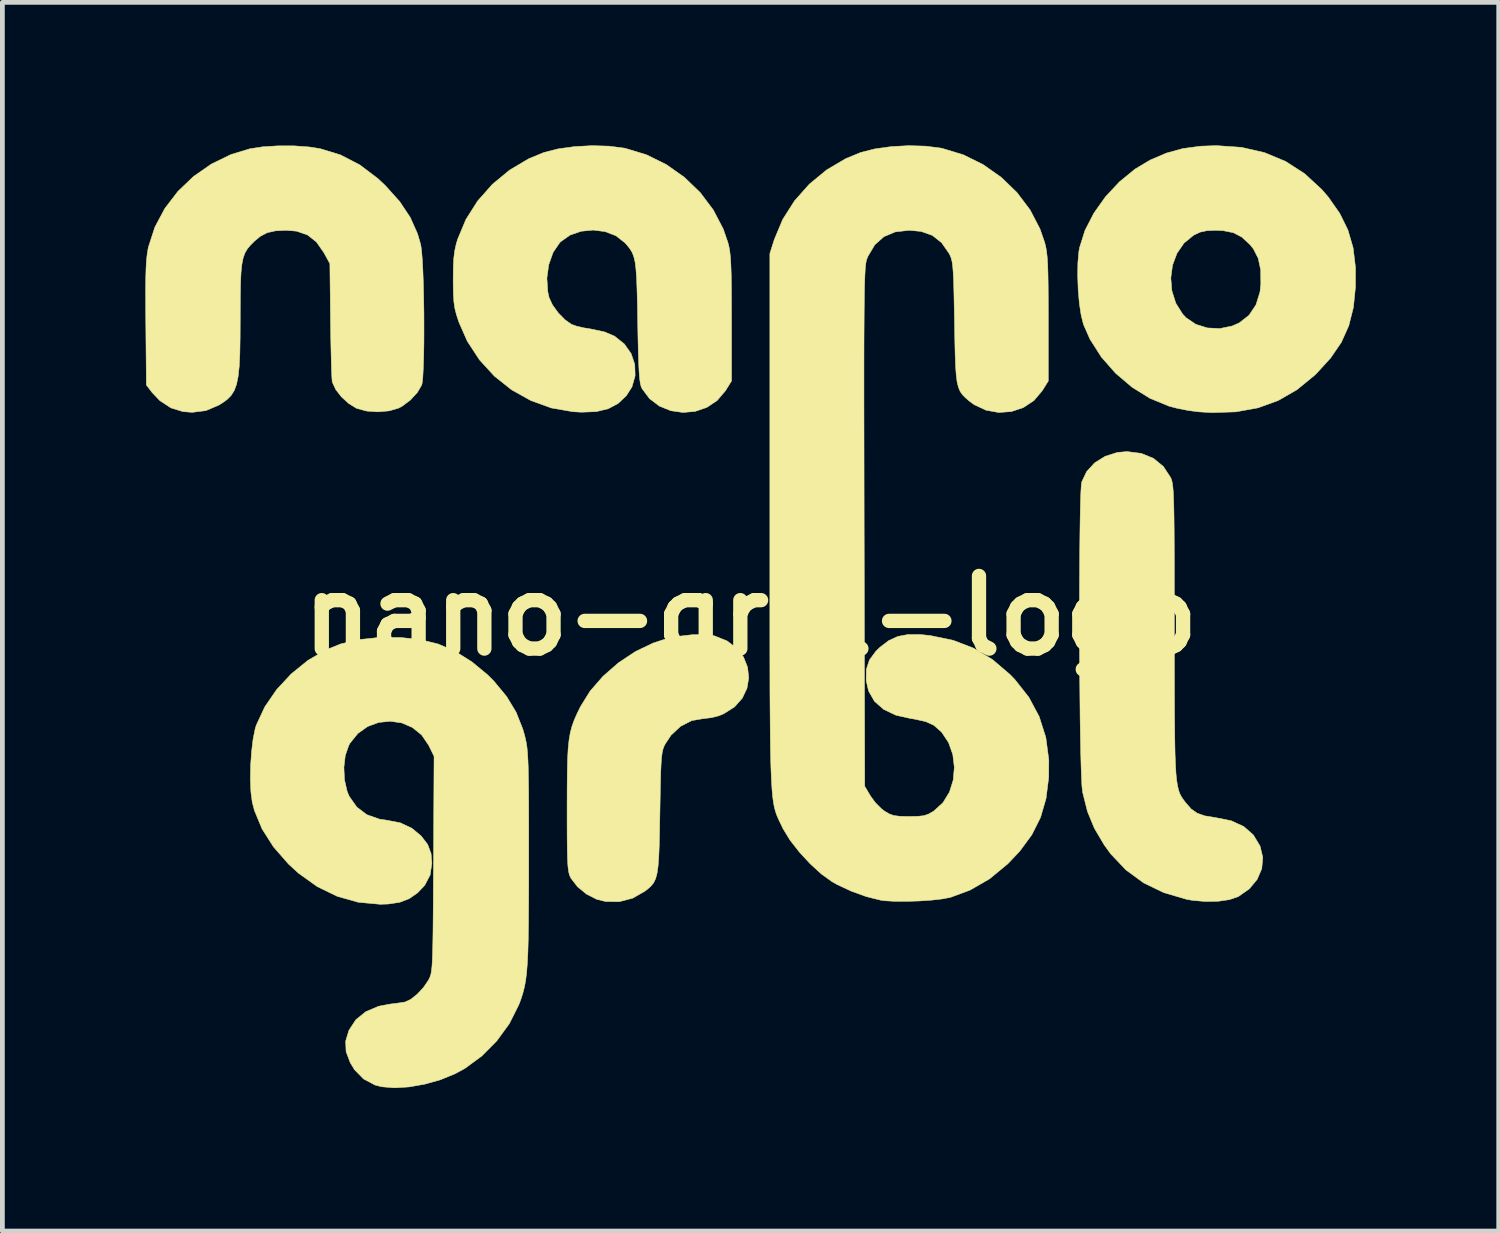
<source format=kicad_pcb>
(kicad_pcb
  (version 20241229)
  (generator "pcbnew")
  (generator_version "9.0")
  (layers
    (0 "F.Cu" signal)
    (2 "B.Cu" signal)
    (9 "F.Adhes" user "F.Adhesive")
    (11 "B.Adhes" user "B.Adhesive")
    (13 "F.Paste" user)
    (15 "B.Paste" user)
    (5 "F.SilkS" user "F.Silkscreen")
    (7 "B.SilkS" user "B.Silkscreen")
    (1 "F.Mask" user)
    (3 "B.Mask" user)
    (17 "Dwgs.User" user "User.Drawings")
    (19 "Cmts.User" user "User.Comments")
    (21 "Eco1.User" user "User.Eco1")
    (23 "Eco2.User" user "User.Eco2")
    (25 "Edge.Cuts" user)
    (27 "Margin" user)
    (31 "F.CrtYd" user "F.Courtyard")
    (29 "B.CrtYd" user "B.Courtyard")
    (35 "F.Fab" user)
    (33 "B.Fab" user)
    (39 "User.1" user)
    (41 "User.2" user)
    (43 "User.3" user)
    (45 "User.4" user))
  (footprint "nano-grbl-logo"
    (layer "F.Cu")
    (at 12.7 9.868)
    (property "Reference" "nano-grbl-logo" (at 0 0 0) (layer "F.SilkS") (effects (font (size 1.524 1.524) (thickness 0.3))))
    (attr through_hole)
    (fp_poly (pts (xy -0.766 0.421) (xy -0.762 0.422) (xy -0.499 0.527) (xy -0.295 0.68) (xy -0.15 0.868) (xy -0.066 1.08) (xy -0.041 1.302) (xy -0.078 1.523) (xy -0.177 1.731) (xy -0.339 1.913) (xy -0.564 2.056) (xy -0.667 2.099) (xy -0.819 2.138) (xy -0.975 2.157) (xy -0.986 2.157) (xy -1.239 2.201) (xy -1.472 2.321) (xy -1.672 2.508) (xy -1.792 2.688) (xy -1.819 2.741) (xy -1.84 2.798) (xy -1.856 2.869) (xy -1.869 2.964) (xy -1.879 3.095) (xy -1.887 3.27) (xy -1.893 3.501) (xy -1.899 3.797) (xy -1.905 4.128) (xy -1.912 4.513) (xy -1.919 4.824) (xy -1.929 5.07) (xy -1.944 5.261) (xy -1.965 5.406) (xy -1.994 5.514) (xy -2.033 5.597) (xy -2.084 5.664) (xy -2.149 5.724) (xy -2.222 5.781) (xy -2.478 5.927) (xy -2.759 6) (xy -3.045 5.996) (xy -3.233 5.949) (xy -3.445 5.841) (xy -3.634 5.686) (xy -3.77 5.509) (xy -3.774 5.503) (xy -3.796 5.456) (xy -3.813 5.4) (xy -3.827 5.325) (xy -3.837 5.221) (xy -3.844 5.079) (xy -3.848 4.889) (xy -3.851 4.642) (xy -3.852 4.327) (xy -3.852 4.022) (xy -3.851 3.615) (xy -3.848 3.281) (xy -3.842 3.009) (xy -3.83 2.788) (xy -3.811 2.607) (xy -3.785 2.454) (xy -3.749 2.318) (xy -3.702 2.187) (xy -3.642 2.052) (xy -3.573 1.91) (xy -3.369 1.581) (xy -3.097 1.269) (xy -2.775 0.988) (xy -2.418 0.751) (xy -2.044 0.572) (xy -1.797 0.492) (xy -1.506 0.431) (xy -1.222 0.398) (xy -0.967 0.394) (xy -0.766 0.421)) (stroke (width 0.01) (type solid)) (fill yes) (layer "F.SilkS"))
    (fp_poly (pts (xy 10.295 -9.827) (xy 10.778 -9.717) (xy 11.22 -9.533) (xy 11.621 -9.275) (xy 11.981 -8.943) (xy 12.119 -8.783) (xy 12.358 -8.442) (xy 12.53 -8.092) (xy 12.639 -7.718) (xy 12.689 -7.303) (xy 12.689 -6.905) (xy 12.645 -6.469) (xy 12.548 -6.084) (xy 12.392 -5.736) (xy 12.167 -5.407) (xy 11.869 -5.081) (xy 11.827 -5.041) (xy 11.46 -4.741) (xy 11.068 -4.515) (xy 10.643 -4.361) (xy 10.179 -4.277) (xy 9.67 -4.261) (xy 9.392 -4.278) (xy 9.179 -4.306) (xy 8.95 -4.351) (xy 8.778 -4.396) (xy 8.378 -4.56) (xy 8 -4.795) (xy 7.655 -5.088) (xy 7.357 -5.427) (xy 7.119 -5.8) (xy 6.983 -6.108) (xy 6.934 -6.298) (xy 6.896 -6.547) (xy 6.871 -6.831) (xy 6.862 -7.085) (xy 8.814 -7.085) (xy 8.837 -6.815) (xy 8.919 -6.557) (xy 9.062 -6.329) (xy 9.135 -6.251) (xy 9.338 -6.114) (xy 9.581 -6.038) (xy 9.842 -6.025) (xy 10.101 -6.078) (xy 10.252 -6.145) (xy 10.455 -6.304) (xy 10.601 -6.522) (xy 10.685 -6.792) (xy 10.703 -6.961) (xy 10.699 -7.258) (xy 10.648 -7.498) (xy 10.547 -7.696) (xy 10.474 -7.787) (xy 10.306 -7.942) (xy 10.127 -8.036) (xy 9.91 -8.079) (xy 9.755 -8.086) (xy 9.569 -8.078) (xy 9.43 -8.048) (xy 9.302 -7.988) (xy 9.293 -7.983) (xy 9.091 -7.818) (xy 8.943 -7.603) (xy 8.85 -7.354) (xy 8.814 -7.085) (xy 6.862 -7.085) (xy 6.86 -7.124) (xy 6.864 -7.401) (xy 6.885 -7.638) (xy 6.899 -7.72) (xy 7.013 -8.083) (xy 7.199 -8.445) (xy 7.444 -8.79) (xy 7.737 -9.104) (xy 8.064 -9.371) (xy 8.384 -9.562) (xy 8.724 -9.707) (xy 9.066 -9.801) (xy 9.436 -9.851) (xy 9.771 -9.863) (xy 10.295 -9.827)) (stroke (width 0.01) (type solid)) (fill yes) (layer "F.SilkS"))
    (fp_poly (pts (xy 8.194 -3.406) (xy 8.451 -3.301) (xy 8.658 -3.131) (xy 8.809 -2.901) (xy 8.81 -2.9) (xy 8.825 -2.864) (xy 8.838 -2.821) (xy 8.849 -2.765) (xy 8.858 -2.691) (xy 8.866 -2.592) (xy 8.872 -2.461) (xy 8.877 -2.294) (xy 8.881 -2.083) (xy 8.884 -1.823) (xy 8.886 -1.507) (xy 8.888 -1.131) (xy 8.888 -0.686) (xy 8.889 -0.169) (xy 8.889 0.321) (xy 8.889 0.927) (xy 8.89 1.453) (xy 8.891 1.907) (xy 8.894 2.295) (xy 8.898 2.622) (xy 8.903 2.895) (xy 8.912 3.119) (xy 8.922 3.301) (xy 8.936 3.447) (xy 8.954 3.562) (xy 8.975 3.653) (xy 9 3.727) (xy 9.031 3.788) (xy 9.066 3.843) (xy 9.107 3.898) (xy 9.122 3.919) (xy 9.241 4.054) (xy 9.367 4.143) (xy 9.526 4.199) (xy 9.743 4.234) (xy 9.754 4.236) (xy 10.082 4.302) (xy 10.345 4.423) (xy 10.545 4.598) (xy 10.685 4.83) (xy 10.687 4.835) (xy 10.744 5.073) (xy 10.722 5.309) (xy 10.626 5.532) (xy 10.463 5.729) (xy 10.236 5.889) (xy 10.223 5.895) (xy 10.044 5.957) (xy 9.808 5.991) (xy 9.542 5.996) (xy 9.269 5.972) (xy 9.144 5.95) (xy 8.667 5.81) (xy 8.243 5.605) (xy 7.873 5.334) (xy 7.553 4.997) (xy 7.417 4.809) (xy 7.21 4.459) (xy 7.065 4.107) (xy 6.967 3.716) (xy 6.961 3.683) (xy 6.95 3.582) (xy 6.941 3.408) (xy 6.932 3.167) (xy 6.924 2.87) (xy 6.917 2.523) (xy 6.911 2.136) (xy 6.907 1.718) (xy 6.903 1.275) (xy 6.9 0.818) (xy 6.899 0.353) (xy 6.898 -0.109) (xy 6.899 -0.562) (xy 6.901 -0.996) (xy 6.904 -1.403) (xy 6.908 -1.775) (xy 6.913 -2.103) (xy 6.919 -2.379) (xy 6.927 -2.594) (xy 6.936 -2.741) (xy 6.945 -2.806) (xy 7.048 -3.024) (xy 7.216 -3.207) (xy 7.435 -3.344) (xy 7.69 -3.425) (xy 7.893 -3.444) (xy 8.194 -3.406)) (stroke (width 0.01) (type solid)) (fill yes) (layer "F.SilkS"))
    (fp_poly (pts (xy -9.583 -9.858) (xy -9.265 -9.835) (xy -9.038 -9.8) (xy -8.608 -9.669) (xy -8.203 -9.46) (xy -7.821 -9.171) (xy -7.662 -9.021) (xy -7.365 -8.69) (xy -7.144 -8.359) (xy -6.99 -8.015) (xy -6.923 -7.785) (xy -6.906 -7.668) (xy -6.891 -7.485) (xy -6.878 -7.248) (xy -6.868 -6.972) (xy -6.861 -6.668) (xy -6.856 -6.349) (xy -6.855 -6.03) (xy -6.856 -5.723) (xy -6.861 -5.441) (xy -6.869 -5.198) (xy -6.879 -5.005) (xy -6.894 -4.877) (xy -6.903 -4.839) (xy -6.994 -4.683) (xy -7.139 -4.526) (xy -7.31 -4.397) (xy -7.387 -4.356) (xy -7.585 -4.298) (xy -7.822 -4.277) (xy -8.06 -4.294) (xy -8.263 -4.349) (xy -8.276 -4.355) (xy -8.436 -4.454) (xy -8.586 -4.591) (xy -8.706 -4.745) (xy -8.774 -4.891) (xy -8.781 -4.919) (xy -8.787 -4.997) (xy -8.794 -5.148) (xy -8.8 -5.358) (xy -8.806 -5.615) (xy -8.812 -5.907) (xy -8.816 -6.219) (xy -8.816 -6.223) (xy -8.829 -7.387) (xy -8.955 -7.617) (xy -9.111 -7.841) (xy -9.299 -7.989) (xy -9.529 -8.068) (xy -9.742 -8.086) (xy -9.97 -8.075) (xy -10.142 -8.037) (xy -10.286 -7.962) (xy -10.409 -7.861) (xy -10.492 -7.778) (xy -10.559 -7.699) (xy -10.61 -7.612) (xy -10.648 -7.508) (xy -10.675 -7.374) (xy -10.693 -7.202) (xy -10.703 -6.979) (xy -10.708 -6.696) (xy -10.71 -6.341) (xy -10.71 -6.244) (xy -10.712 -5.835) (xy -10.718 -5.5) (xy -10.731 -5.231) (xy -10.754 -5.019) (xy -10.788 -4.853) (xy -10.836 -4.723) (xy -10.9 -4.622) (xy -10.983 -4.538) (xy -11.087 -4.463) (xy -11.164 -4.416) (xy -11.43 -4.303) (xy -11.716 -4.267) (xy -11.91 -4.282) (xy -12.164 -4.36) (xy -12.396 -4.512) (xy -12.559 -4.683) (xy -12.679 -4.84) (xy -12.691 -6.135) (xy -12.694 -6.524) (xy -12.695 -6.838) (xy -12.692 -7.09) (xy -12.686 -7.29) (xy -12.677 -7.45) (xy -12.663 -7.579) (xy -12.646 -7.688) (xy -12.636 -7.735) (xy -12.501 -8.152) (xy -12.292 -8.544) (xy -12.019 -8.901) (xy -11.691 -9.215) (xy -11.316 -9.476) (xy -10.905 -9.676) (xy -10.511 -9.796) (xy -10.24 -9.838) (xy -9.919 -9.858) (xy -9.583 -9.858)) (stroke (width 0.01) (type solid)) (fill yes) (layer "F.SilkS"))
    (fp_poly (pts (xy -2.975 -9.852) (xy -2.656 -9.811) (xy -2.631 -9.806) (xy -2.186 -9.671) (xy -1.769 -9.465) (xy -1.391 -9.198) (xy -1.059 -8.878) (xy -0.785 -8.514) (xy -0.576 -8.114) (xy -0.477 -7.827) (xy -0.455 -7.738) (xy -0.438 -7.639) (xy -0.425 -7.518) (xy -0.416 -7.366) (xy -0.409 -7.172) (xy -0.405 -6.924) (xy -0.403 -6.612) (xy -0.402 -6.241) (xy -0.402 -4.925) (xy -0.529 -4.721) (xy -0.703 -4.516) (xy -0.919 -4.371) (xy -1.164 -4.287) (xy -1.421 -4.264) (xy -1.677 -4.301) (xy -1.916 -4.398) (xy -2.123 -4.555) (xy -2.279 -4.763) (xy -2.3 -4.81) (xy -2.317 -4.878) (xy -2.33 -4.975) (xy -2.341 -5.111) (xy -2.35 -5.295) (xy -2.358 -5.536) (xy -2.365 -5.845) (xy -2.371 -6.16) (xy -2.377 -6.541) (xy -2.385 -6.847) (xy -2.394 -7.09) (xy -2.408 -7.278) (xy -2.426 -7.423) (xy -2.453 -7.534) (xy -2.487 -7.622) (xy -2.533 -7.697) (xy -2.59 -7.769) (xy -2.64 -7.825) (xy -2.826 -7.971) (xy -3.055 -8.059) (xy -3.305 -8.091) (xy -3.558 -8.066) (xy -3.792 -7.985) (xy -3.988 -7.846) (xy -4.008 -7.825) (xy -4.147 -7.62) (xy -4.237 -7.365) (xy -4.276 -7.083) (xy -4.257 -6.796) (xy -4.23 -6.675) (xy -4.158 -6.52) (xy -4.037 -6.353) (xy -3.892 -6.206) (xy -3.76 -6.113) (xy -3.656 -6.076) (xy -3.503 -6.04) (xy -3.344 -6.014) (xy -3.068 -5.955) (xy -2.856 -5.865) (xy -2.651 -5.701) (xy -2.508 -5.498) (xy -2.432 -5.271) (xy -2.425 -5.033) (xy -2.491 -4.801) (xy -2.609 -4.616) (xy -2.783 -4.452) (xy -2.99 -4.342) (xy -3.241 -4.282) (xy -3.549 -4.27) (xy -3.729 -4.28) (xy -4.183 -4.359) (xy -4.615 -4.515) (xy -5.017 -4.74) (xy -5.378 -5.027) (xy -5.691 -5.369) (xy -5.946 -5.759) (xy -6.123 -6.161) (xy -6.173 -6.314) (xy -6.207 -6.447) (xy -6.227 -6.585) (xy -6.238 -6.752) (xy -6.242 -6.973) (xy -6.242 -7.048) (xy -6.24 -7.304) (xy -6.23 -7.498) (xy -6.21 -7.656) (xy -6.178 -7.8) (xy -6.15 -7.895) (xy -5.975 -8.314) (xy -5.728 -8.703) (xy -5.419 -9.052) (xy -5.058 -9.35) (xy -4.657 -9.588) (xy -4.339 -9.719) (xy -4.045 -9.794) (xy -3.699 -9.842) (xy -3.333 -9.862) (xy -2.975 -9.852)) (stroke (width 0.01) (type solid)) (fill yes) (layer "F.SilkS"))
    (fp_poly (pts (xy -7.352 0.456) (xy -6.933 0.502) (xy -6.559 0.593) (xy -6.551 0.596) (xy -6.2 0.748) (xy -5.849 0.968) (xy -5.522 1.238) (xy -5.388 1.372) (xy -5.12 1.696) (xy -4.922 2.024) (xy -4.781 2.379) (xy -4.74 2.523) (xy -4.722 2.6) (xy -4.706 2.678) (xy -4.693 2.767) (xy -4.683 2.872) (xy -4.675 3.003) (xy -4.668 3.167) (xy -4.664 3.371) (xy -4.66 3.624) (xy -4.658 3.933) (xy -4.657 4.306) (xy -4.657 4.751) (xy -4.657 5.083) (xy -4.657 5.618) (xy -4.659 6.076) (xy -4.662 6.464) (xy -4.667 6.792) (xy -4.675 7.065) (xy -4.686 7.292) (xy -4.701 7.482) (xy -4.72 7.64) (xy -4.744 7.776) (xy -4.774 7.897) (xy -4.809 8.011) (xy -4.85 8.125) (xy -4.868 8.169) (xy -5.063 8.558) (xy -5.327 8.92) (xy -5.643 9.239) (xy -5.998 9.499) (xy -6.202 9.61) (xy -6.51 9.736) (xy -6.838 9.828) (xy -7.165 9.886) (xy -7.472 9.905) (xy -7.74 9.883) (xy -7.881 9.847) (xy -8.121 9.72) (xy -8.31 9.528) (xy -8.401 9.379) (xy -8.489 9.146) (xy -8.498 8.925) (xy -8.43 8.7) (xy -8.429 8.698) (xy -8.284 8.476) (xy -8.075 8.307) (xy -7.808 8.194) (xy -7.574 8.149) (xy -7.426 8.131) (xy -7.299 8.112) (xy -7.25 8.104) (xy -7.132 8.049) (xy -6.997 7.941) (xy -6.866 7.801) (xy -6.763 7.65) (xy -6.76 7.645) (xy -6.74 7.606) (xy -6.723 7.564) (xy -6.708 7.514) (xy -6.697 7.448) (xy -6.687 7.358) (xy -6.68 7.238) (xy -6.674 7.079) (xy -6.669 6.876) (xy -6.665 6.621) (xy -6.662 6.306) (xy -6.659 5.925) (xy -6.657 5.47) (xy -6.655 5.21) (xy -6.643 2.949) (xy -6.756 2.719) (xy -6.904 2.502) (xy -7.097 2.345) (xy -7.321 2.249) (xy -7.562 2.214) (xy -7.805 2.239) (xy -8.036 2.324) (xy -8.242 2.47) (xy -8.408 2.676) (xy -8.434 2.724) (xy -8.506 2.933) (xy -8.535 3.183) (xy -8.522 3.444) (xy -8.467 3.685) (xy -8.423 3.79) (xy -8.264 4.015) (xy -8.053 4.175) (xy -7.788 4.268) (xy -7.648 4.288) (xy -7.351 4.345) (xy -7.107 4.46) (xy -6.914 4.621) (xy -6.777 4.799) (xy -6.706 4.991) (xy -6.689 5.193) (xy -6.726 5.441) (xy -6.841 5.659) (xy -6.99 5.815) (xy -7.166 5.937) (xy -7.365 6.013) (xy -7.608 6.049) (xy -7.777 6.054) (xy -8.233 6.012) (xy -8.673 5.888) (xy -9.093 5.684) (xy -9.489 5.401) (xy -9.698 5.209) (xy -10.012 4.85) (xy -10.251 4.475) (xy -10.411 4.09) (xy -10.458 3.91) (xy -10.486 3.698) (xy -10.497 3.435) (xy -10.492 3.145) (xy -10.472 2.855) (xy -10.44 2.588) (xy -10.396 2.37) (xy -10.374 2.298) (xy -10.195 1.913) (xy -9.946 1.55) (xy -9.639 1.22) (xy -9.29 0.937) (xy -8.91 0.715) (xy -8.594 0.589) (xy -8.209 0.5) (xy -7.786 0.455) (xy -7.352 0.456)) (stroke (width 0.01) (type solid)) (fill yes) (layer "F.SilkS"))
    (fp_poly (pts (xy 3.671 -9.852) (xy 3.99 -9.811) (xy 4.015 -9.806) (xy 4.46 -9.671) (xy 4.877 -9.465) (xy 5.256 -9.198) (xy 5.587 -8.878) (xy 5.862 -8.514) (xy 6.07 -8.114) (xy 6.169 -7.827) (xy 6.191 -7.738) (xy 6.208 -7.639) (xy 6.221 -7.518) (xy 6.231 -7.366) (xy 6.237 -7.172) (xy 6.241 -6.924) (xy 6.243 -6.612) (xy 6.244 -6.241) (xy 6.244 -4.925) (xy 6.117 -4.721) (xy 5.942 -4.514) (xy 5.72 -4.367) (xy 5.469 -4.283) (xy 5.202 -4.264) (xy 4.936 -4.312) (xy 4.687 -4.429) (xy 4.581 -4.507) (xy 4.505 -4.573) (xy 4.443 -4.636) (xy 4.395 -4.705) (xy 4.359 -4.79) (xy 4.331 -4.902) (xy 4.312 -5.049) (xy 4.298 -5.243) (xy 4.289 -5.492) (xy 4.282 -5.807) (xy 4.276 -6.16) (xy 4.269 -6.523) (xy 4.263 -6.812) (xy 4.257 -7.037) (xy 4.248 -7.207) (xy 4.238 -7.334) (xy 4.225 -7.427) (xy 4.208 -7.496) (xy 4.187 -7.552) (xy 4.163 -7.599) (xy 4.006 -7.825) (xy 3.813 -7.978) (xy 3.574 -8.063) (xy 3.324 -8.086) (xy 3.033 -8.053) (xy 2.794 -7.952) (xy 2.604 -7.783) (xy 2.462 -7.545) (xy 2.437 -7.484) (xy 2.427 -7.452) (xy 2.418 -7.409) (xy 2.41 -7.35) (xy 2.403 -7.271) (xy 2.397 -7.167) (xy 2.392 -7.035) (xy 2.387 -6.87) (xy 2.384 -6.667) (xy 2.381 -6.422) (xy 2.379 -6.13) (xy 2.377 -5.788) (xy 2.376 -5.39) (xy 2.376 -4.933) (xy 2.376 -4.412) (xy 2.377 -3.822) (xy 2.378 -3.159) (xy 2.379 -2.42) (xy 2.38 -1.863) (xy 2.392 3.577) (xy 2.511 3.779) (xy 2.615 3.922) (xy 2.744 4.051) (xy 2.804 4.097) (xy 2.903 4.156) (xy 2.999 4.191) (xy 3.118 4.207) (xy 3.289 4.212) (xy 3.323 4.212) (xy 3.505 4.209) (xy 3.631 4.195) (xy 3.728 4.163) (xy 3.825 4.108) (xy 3.843 4.097) (xy 4.034 3.922) (xy 4.17 3.7) (xy 4.249 3.447) (xy 4.272 3.179) (xy 4.24 2.912) (xy 4.151 2.661) (xy 4.006 2.443) (xy 3.84 2.297) (xy 3.671 2.221) (xy 3.424 2.167) (xy 3.367 2.159) (xy 3.048 2.088) (xy 2.79 1.966) (xy 2.597 1.796) (xy 2.473 1.58) (xy 2.423 1.359) (xy 2.426 1.126) (xy 2.491 0.929) (xy 2.626 0.745) (xy 2.714 0.66) (xy 2.895 0.522) (xy 3.085 0.435) (xy 3.302 0.394) (xy 3.565 0.395) (xy 3.772 0.417) (xy 4.248 0.516) (xy 4.678 0.681) (xy 5.072 0.919) (xy 5.44 1.233) (xy 5.541 1.337) (xy 5.835 1.71) (xy 6.052 2.115) (xy 6.192 2.554) (xy 6.255 3.028) (xy 6.252 3.395) (xy 6.196 3.836) (xy 6.081 4.232) (xy 5.899 4.595) (xy 5.645 4.94) (xy 5.394 5.205) (xy 5.011 5.521) (xy 4.602 5.757) (xy 4.191 5.909) (xy 4.024 5.941) (xy 3.798 5.967) (xy 3.538 5.985) (xy 3.27 5.993) (xy 3.019 5.992) (xy 2.811 5.98) (xy 2.725 5.968) (xy 2.425 5.893) (xy 2.105 5.777) (xy 1.807 5.637) (xy 1.711 5.583) (xy 1.484 5.42) (xy 1.247 5.204) (xy 1.021 4.959) (xy 0.824 4.707) (xy 0.679 4.469) (xy 0.665 4.44) (xy 0.628 4.363) (xy 0.595 4.295) (xy 0.565 4.229) (xy 0.539 4.163) (xy 0.515 4.09) (xy 0.494 4.007) (xy 0.476 3.91) (xy 0.461 3.793) (xy 0.448 3.652) (xy 0.437 3.483) (xy 0.428 3.281) (xy 0.42 3.042) (xy 0.414 2.762) (xy 0.41 2.435) (xy 0.407 2.057) (xy 0.404 1.623) (xy 0.403 1.13) (xy 0.402 0.573) (xy 0.402 -0.053) (xy 0.402 -0.753) (xy 0.402 -1.53) (xy 0.402 -1.968) (xy 0.402 -7.599) (xy 0.496 -7.895) (xy 0.672 -8.315) (xy 0.92 -8.705) (xy 1.23 -9.054) (xy 1.592 -9.353) (xy 1.994 -9.59) (xy 2.307 -9.719) (xy 2.602 -9.794) (xy 2.947 -9.842) (xy 3.314 -9.862) (xy 3.671 -9.852)) (stroke (width 0.01) (type solid)) (fill yes) (layer "F.SilkS")))
  (gr_rect
    (start -3 -3)
    (end 28.394 22.778)
    (stroke (width 0.1) (type default))
    (fill no)
    (layer "Edge.Cuts")))
</source>
